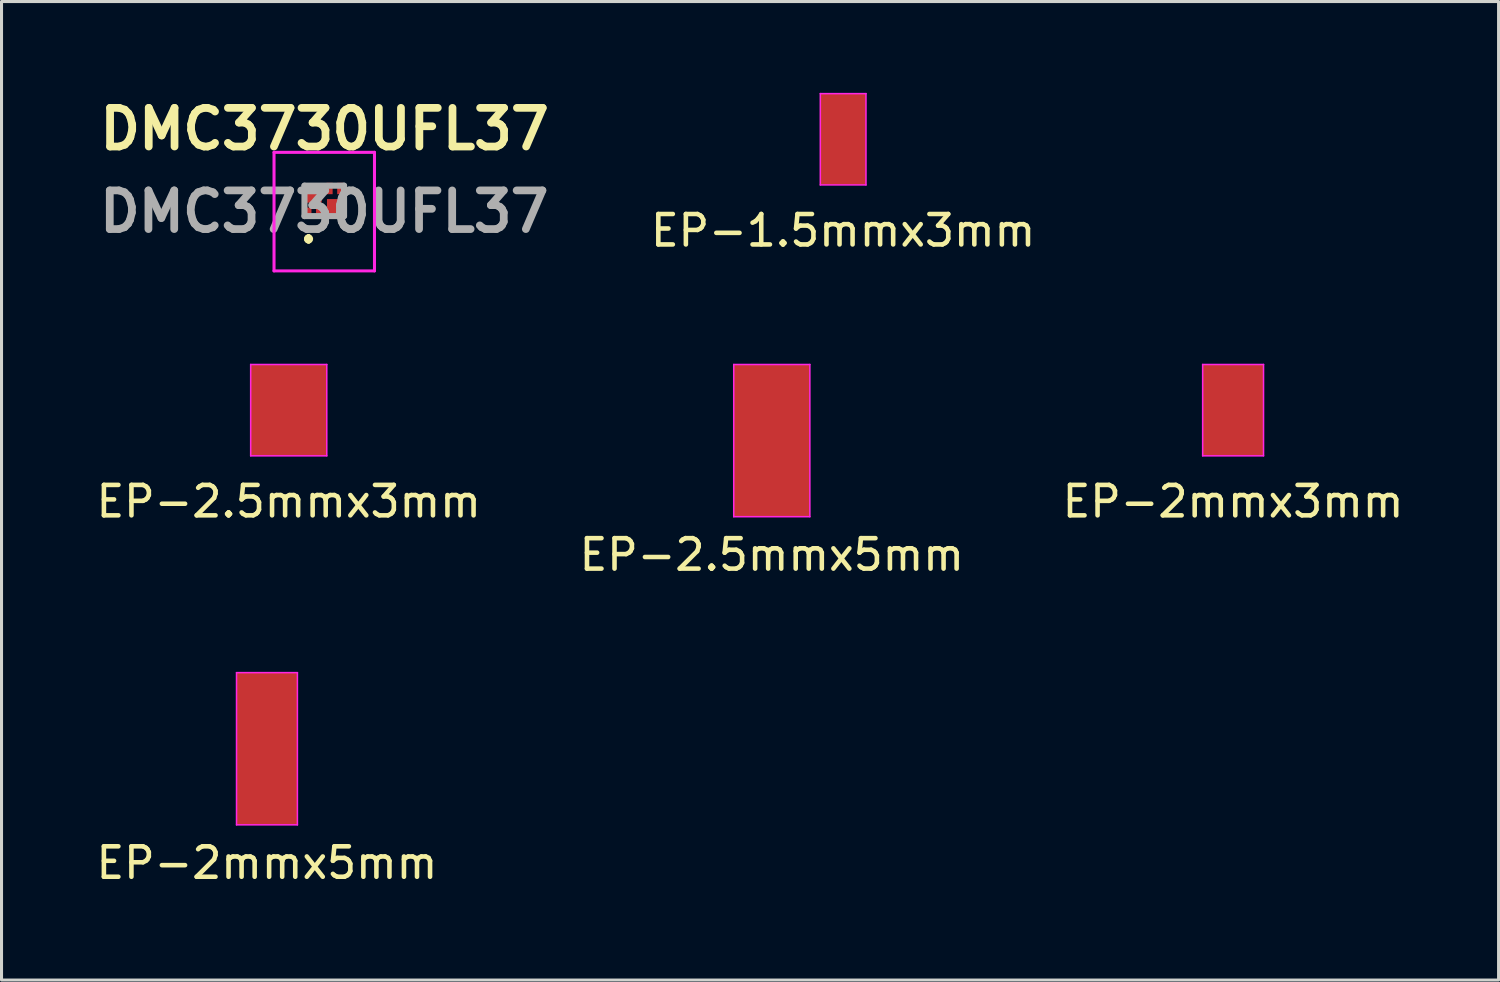
<source format=kicad_pcb>
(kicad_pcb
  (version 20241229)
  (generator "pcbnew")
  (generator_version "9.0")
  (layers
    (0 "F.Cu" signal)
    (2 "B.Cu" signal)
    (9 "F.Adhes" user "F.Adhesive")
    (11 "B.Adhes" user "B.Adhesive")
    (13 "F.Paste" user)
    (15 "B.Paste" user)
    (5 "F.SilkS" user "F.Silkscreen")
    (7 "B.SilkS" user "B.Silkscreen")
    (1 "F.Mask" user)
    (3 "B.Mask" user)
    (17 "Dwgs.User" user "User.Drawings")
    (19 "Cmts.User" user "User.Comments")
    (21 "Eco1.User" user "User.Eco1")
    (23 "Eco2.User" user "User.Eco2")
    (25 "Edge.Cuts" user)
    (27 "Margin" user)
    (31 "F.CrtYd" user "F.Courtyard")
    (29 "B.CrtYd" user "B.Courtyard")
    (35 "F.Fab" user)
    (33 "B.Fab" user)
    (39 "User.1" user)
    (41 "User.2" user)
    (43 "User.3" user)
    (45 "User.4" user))
  (footprint "EP-2mmx3mm"
    (layer "F.Cu")
    (at 37.458 10.424)
    (property "Reference" "EP-2mmx3mm" (at 0 3 0) (layer "F.SilkS") (effects (font (size 1 1) (thickness 0.15))))
    (attr smd exclude_from_pos_files exclude_from_bom)
    (fp_line (start -1 -1.5) (end 1 -1.5) (stroke (width 0.05) (type solid)) (layer "F.CrtYd"))
    (fp_line (start -1 1.5) (end -1 -1.5) (stroke (width 0.05) (type solid)) (layer "F.CrtYd"))
    (fp_line (start 1 -1.5) (end 1 1.5) (stroke (width 0.05) (type solid)) (layer "F.CrtYd"))
    (fp_line (start 1 1.5) (end -1 1.5) (stroke (width 0.05) (type solid)) (layer "F.CrtYd"))
    (pad "1" smd rect (at 0 0) (size 2 3) (layers "F.Cu" "F.Mask" "F.Paste")))
  (footprint "DMC3730UFL37"
    (layer "F.Cu")
    (at 7.602 3.549)
    (property "Reference" "DMC3730UFL37" (at 0.01 -2.36 0) (layer "F.SilkS") (effects (font (size 1.27 1.27) (thickness 0.254))))
    (attr smd)
    (fp_line (start -0.515 1.2) (end -0.515 1.2) (stroke (width 0.2) (type solid)) (layer "F.SilkS"))
    (fp_line (start -0.515 1.2) (end -0.515 1.2) (stroke (width 0.2) (type solid)) (layer "F.SilkS"))
    (fp_line (start -0.515 1.3) (end -0.515 1.3) (stroke (width 0.2) (type solid)) (layer "F.SilkS"))
    (fp_arc (start -0.515 1.2) (mid -0.465 1.25) (end -0.515 1.3) (stroke (width 0.2) (type solid)) (layer "F.SilkS"))
    (fp_arc (start -0.515 1.3) (mid -0.565 1.25) (end -0.515 1.2) (stroke (width 0.2) (type solid)) (layer "F.SilkS"))
    (fp_arc (start -0.515 1.3) (mid -0.565 1.25) (end -0.515 1.2) (stroke (width 0.2) (type solid)) (layer "F.SilkS"))
    (fp_line (start -1.65 -1.595) (end 1.65 -1.595) (stroke (width 0.1) (type solid)) (layer "F.CrtYd"))
    (fp_line (start -1.65 2.3) (end -1.65 -1.595) (stroke (width 0.1) (type solid)) (layer "F.CrtYd"))
    (fp_line (start 1.65 -1.595) (end 1.65 2.3) (stroke (width 0.1) (type solid)) (layer "F.CrtYd"))
    (fp_line (start 1.65 2.3) (end -1.65 2.3) (stroke (width 0.1) (type solid)) (layer "F.CrtYd"))
    (fp_line (start -0.65 -0.5) (end -0.65 0.5) (stroke (width 0.2) (type solid)) (layer "F.Fab"))
    (fp_line (start -0.65 0.5) (end 0.65 0.5) (stroke (width 0.2) (type solid)) (layer "F.Fab"))
    (fp_line (start 0.65 -0.5) (end -0.65 -0.5) (stroke (width 0.2) (type solid)) (layer "F.Fab"))
    (fp_line (start 0.65 0.5) (end 0.65 -0.5) (stroke (width 0.2) (type solid)) (layer "F.Fab"))
    (fp_text user "${REFERENCE}" (at 0 0.352 0) (layer "F.Fab") (effects (font (size 1.27 1.27) (thickness 0.254))))
    (pad "1" smd rect (at -0.52 0.407) (size 0.2 0.375) (layers "F.Cu" "F.Mask" "F.Paste"))
    (pad "2" smd rect (at -0.17 0.407) (size 0.2 0.375) (layers "F.Cu" "F.Mask" "F.Paste"))
    (pad "3" smd rect (at 0.35 0.2 90) (size 0.52 0.52) (layers "F.Cu" "F.Mask" "F.Paste"))
    (pad "4" smd rect (at 0.525 -0.407) (size 0.2 0.375) (layers "F.Cu" "F.Mask" "F.Paste"))
    (pad "5" smd rect (at 0.175 -0.407) (size 0.2 0.375) (layers "F.Cu" "F.Mask" "F.Paste"))
    (pad "6" smd rect (at -0.345 -0.2 90) (size 0.52 0.52) (layers "F.Cu" "F.Mask" "F.Paste")))
  (footprint "EP-2.5mmx5mm"
    (layer "F.Cu")
    (at 22.304 11.424)
    (property "Reference" "EP-2.5mmx5mm" (at 0 3.75 0) (layer "F.SilkS") (effects (font (size 1 1) (thickness 0.15))))
    (attr smd exclude_from_pos_files exclude_from_bom)
    (fp_line (start -1.25 -2.5) (end 1.25 -2.5) (stroke (width 0.05) (type solid)) (layer "F.CrtYd"))
    (fp_line (start -1.25 2.5) (end -1.25 -2.5) (stroke (width 0.05) (type solid)) (layer "F.CrtYd"))
    (fp_line (start 1.25 -2.5) (end 1.25 2.5) (stroke (width 0.05) (type solid)) (layer "F.CrtYd"))
    (fp_line (start 1.25 2.5) (end -1.25 2.5) (stroke (width 0.05) (type solid)) (layer "F.CrtYd"))
    (pad "1" smd rect (at 0 0) (size 2.5 5) (layers "F.Cu" "F.Mask" "F.Paste")))
  (footprint "EP-1.5mmx3mm"
    (layer "F.Cu")
    (at 24.648 1.525)
    (property "Reference" "EP-1.5mmx3mm" (at 0 3 0) (layer "F.SilkS") (effects (font (size 1 1) (thickness 0.15))))
    (attr through_hole)
    (fp_line (start -0.75 -1.5) (end 0.75 -1.5) (stroke (width 0.05) (type solid)) (layer "F.CrtYd"))
    (fp_line (start -0.75 1.5) (end -0.75 -1.5) (stroke (width 0.05) (type solid)) (layer "F.CrtYd"))
    (fp_line (start 0.75 -1.5) (end 0.75 1.5) (stroke (width 0.05) (type solid)) (layer "F.CrtYd"))
    (fp_line (start 0.75 1.5) (end -0.75 1.5) (stroke (width 0.05) (type solid)) (layer "F.CrtYd"))
    (pad "1" smd rect (at 0 0) (size 1.5 3) (layers "F.Cu" "F.Mask" "F.Paste")))
  (footprint "EP-2mmx5mm"
    (layer "F.Cu")
    (at 5.72 21.547)
    (property "Reference" "EP-2mmx5mm" (at 0 3.75 0) (layer "F.SilkS") (effects (font (size 1 1) (thickness 0.15))))
    (attr smd exclude_from_pos_files exclude_from_bom)
    (fp_line (start -1 -2.5) (end 1 -2.5) (stroke (width 0.05) (type solid)) (layer "F.CrtYd"))
    (fp_line (start -1 2.5) (end -1 -2.5) (stroke (width 0.05) (type solid)) (layer "F.CrtYd"))
    (fp_line (start 1 -2.5) (end 1 2.5) (stroke (width 0.05) (type solid)) (layer "F.CrtYd"))
    (fp_line (start 1 2.5) (end -1 2.5) (stroke (width 0.05) (type solid)) (layer "F.CrtYd"))
    (pad "1" smd rect (at 0 0) (size 2 5) (layers "F.Cu" "F.Mask" "F.Paste")))
  (footprint "EP-2.5mmx3mm"
    (layer "F.Cu")
    (at 6.435 10.424)
    (property "Reference" "EP-2.5mmx3mm" (at 0 3 0) (layer "F.SilkS") (effects (font (size 1 1) (thickness 0.15))))
    (attr smd exclude_from_pos_files exclude_from_bom)
    (fp_line (start -1.25 -1.5) (end 1.25 -1.5) (stroke (width 0.05) (type solid)) (layer "F.CrtYd"))
    (fp_line (start -1.25 1.5) (end -1.25 -1.5) (stroke (width 0.05) (type solid)) (layer "F.CrtYd"))
    (fp_line (start 1.25 -1.5) (end 1.25 1.5) (stroke (width 0.05) (type solid)) (layer "F.CrtYd"))
    (fp_line (start 1.25 1.5) (end -1.25 1.5) (stroke (width 0.05) (type solid)) (layer "F.CrtYd"))
    (pad "1" smd rect (at 0 0) (size 2.5 3) (layers "F.Cu" "F.Mask" "F.Paste")))
  (gr_rect
    (start -3 -3)
    (end 46.179 29.145)
    (stroke (width 0.1) (type default))
    (fill no)
    (layer "Edge.Cuts")))
</source>
